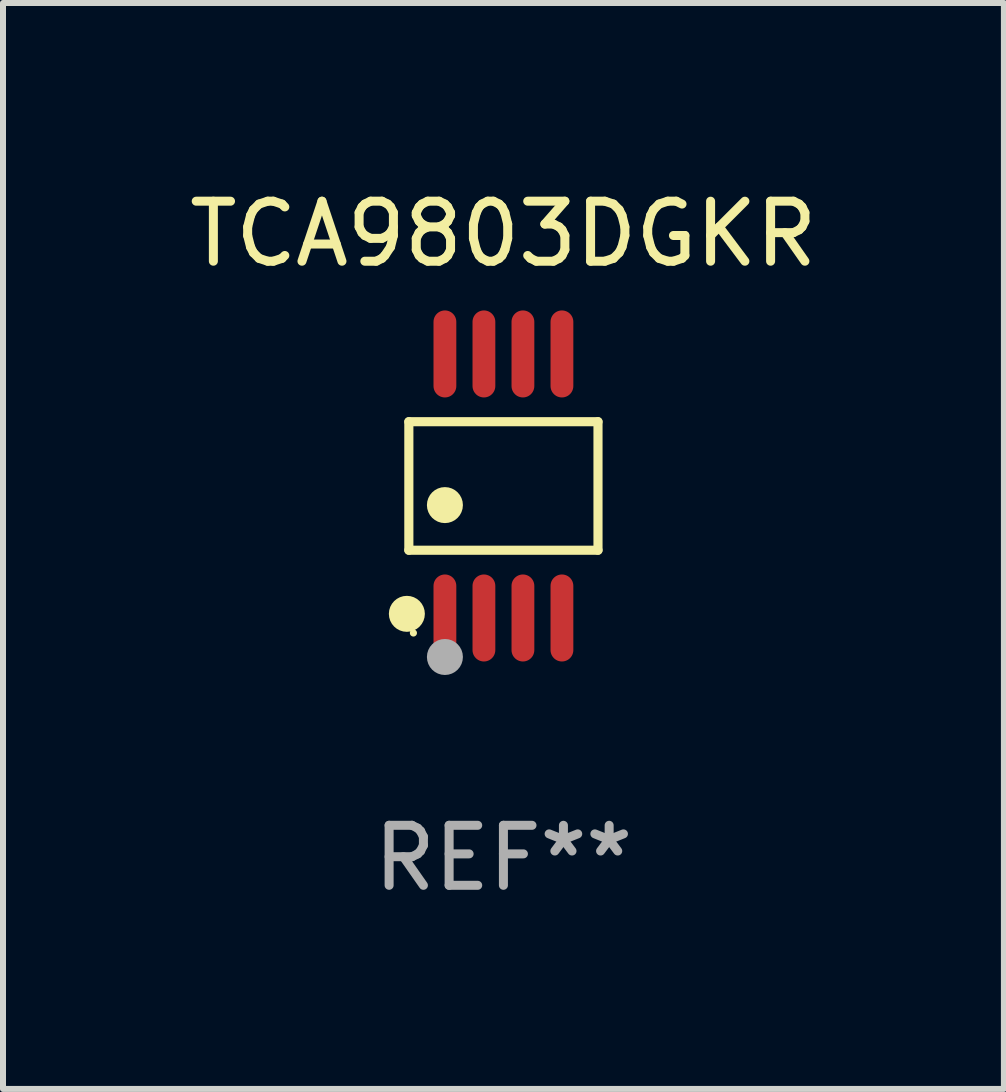
<source format=kicad_pcb>
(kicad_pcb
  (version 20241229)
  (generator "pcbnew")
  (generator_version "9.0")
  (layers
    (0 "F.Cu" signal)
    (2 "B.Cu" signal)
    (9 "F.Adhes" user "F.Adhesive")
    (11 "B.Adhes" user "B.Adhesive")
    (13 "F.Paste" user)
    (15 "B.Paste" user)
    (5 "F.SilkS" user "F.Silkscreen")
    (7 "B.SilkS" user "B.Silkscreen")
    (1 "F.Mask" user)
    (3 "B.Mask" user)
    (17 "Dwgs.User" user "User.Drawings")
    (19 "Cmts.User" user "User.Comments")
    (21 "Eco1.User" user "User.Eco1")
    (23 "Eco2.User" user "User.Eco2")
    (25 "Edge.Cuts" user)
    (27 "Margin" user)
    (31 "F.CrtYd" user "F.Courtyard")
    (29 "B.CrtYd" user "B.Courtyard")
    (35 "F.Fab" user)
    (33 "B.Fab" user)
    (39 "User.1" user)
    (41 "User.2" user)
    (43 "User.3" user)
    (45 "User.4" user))
  (footprint "TCA9803DGKR"
    (layer "F.Cu")
    (at 5.339 5.048)
    (property "Reference" "TCA9803DGKR" (at 0 -4.2 0) (layer "F.SilkS") (effects (font (size 1 1) (thickness 0.15))))
    (attr through_hole)
    (fp_line (start -1.576 -1.071) (end 1.576 -1.071) (stroke (width 0.152) (type solid)) (layer "F.SilkS"))
    (fp_line (start -1.576 1.071) (end -1.576 -1.071) (stroke (width 0.152) (type solid)) (layer "F.SilkS"))
    (fp_line (start 1.576 -1.071) (end 1.576 1.071) (stroke (width 0.152) (type solid)) (layer "F.SilkS"))
    (fp_line (start 1.576 1.071) (end -1.576 1.071) (stroke (width 0.152) (type solid)) (layer "F.SilkS"))
    (fp_circle (center -1.609 2.131) (end -1.459 2.131) (stroke (width 0.3) (type solid)) (fill no) (layer "F.SilkS"))
    (fp_circle (center -1.5 2.45) (end -1.47 2.45) (stroke (width 0.06) (type solid)) (fill no) (layer "F.SilkS"))
    (fp_circle (center -0.975 0.319) (end -0.825 0.319) (stroke (width 0.3) (type solid)) (fill no) (layer "F.SilkS"))
    (fp_circle (center -0.975 2.85) (end -0.825 2.85) (stroke (width 0.3) (type solid)) (fill no) (layer "F.Fab"))
    (fp_text user "REF**" (at 0 6.2 0) (layer "F.Fab") (effects (font (size 1 1) (thickness 0.15))))
    (pad "1" smd oval (at -0.975 2.2) (size 0.38 1.45) (layers "F.Cu" "F.Mask" "F.Paste"))
    (pad "2" smd oval (at -0.325 2.2) (size 0.38 1.45) (layers "F.Cu" "F.Mask" "F.Paste"))
    (pad "3" smd oval (at 0.325 2.2) (size 0.38 1.45) (layers "F.Cu" "F.Mask" "F.Paste"))
    (pad "4" smd oval (at 0.975 2.2) (size 0.38 1.45) (layers "F.Cu" "F.Mask" "F.Paste"))
    (pad "5" smd oval (at 0.975 -2.2) (size 0.38 1.45) (layers "F.Cu" "F.Mask" "F.Paste"))
    (pad "6" smd oval (at 0.325 -2.2) (size 0.38 1.45) (layers "F.Cu" "F.Mask" "F.Paste"))
    (pad "7" smd oval (at -0.325 -2.2) (size 0.38 1.45) (layers "F.Cu" "F.Mask" "F.Paste"))
    (pad "8" smd oval (at -0.975 -2.2) (size 0.38 1.45) (layers "F.Cu" "F.Mask" "F.Paste")))
  (gr_rect
    (start -3 -3)
    (end 13.679 15.096)
    (stroke (width 0.1) (type default))
    (fill no)
    (layer "Edge.Cuts")))
</source>
